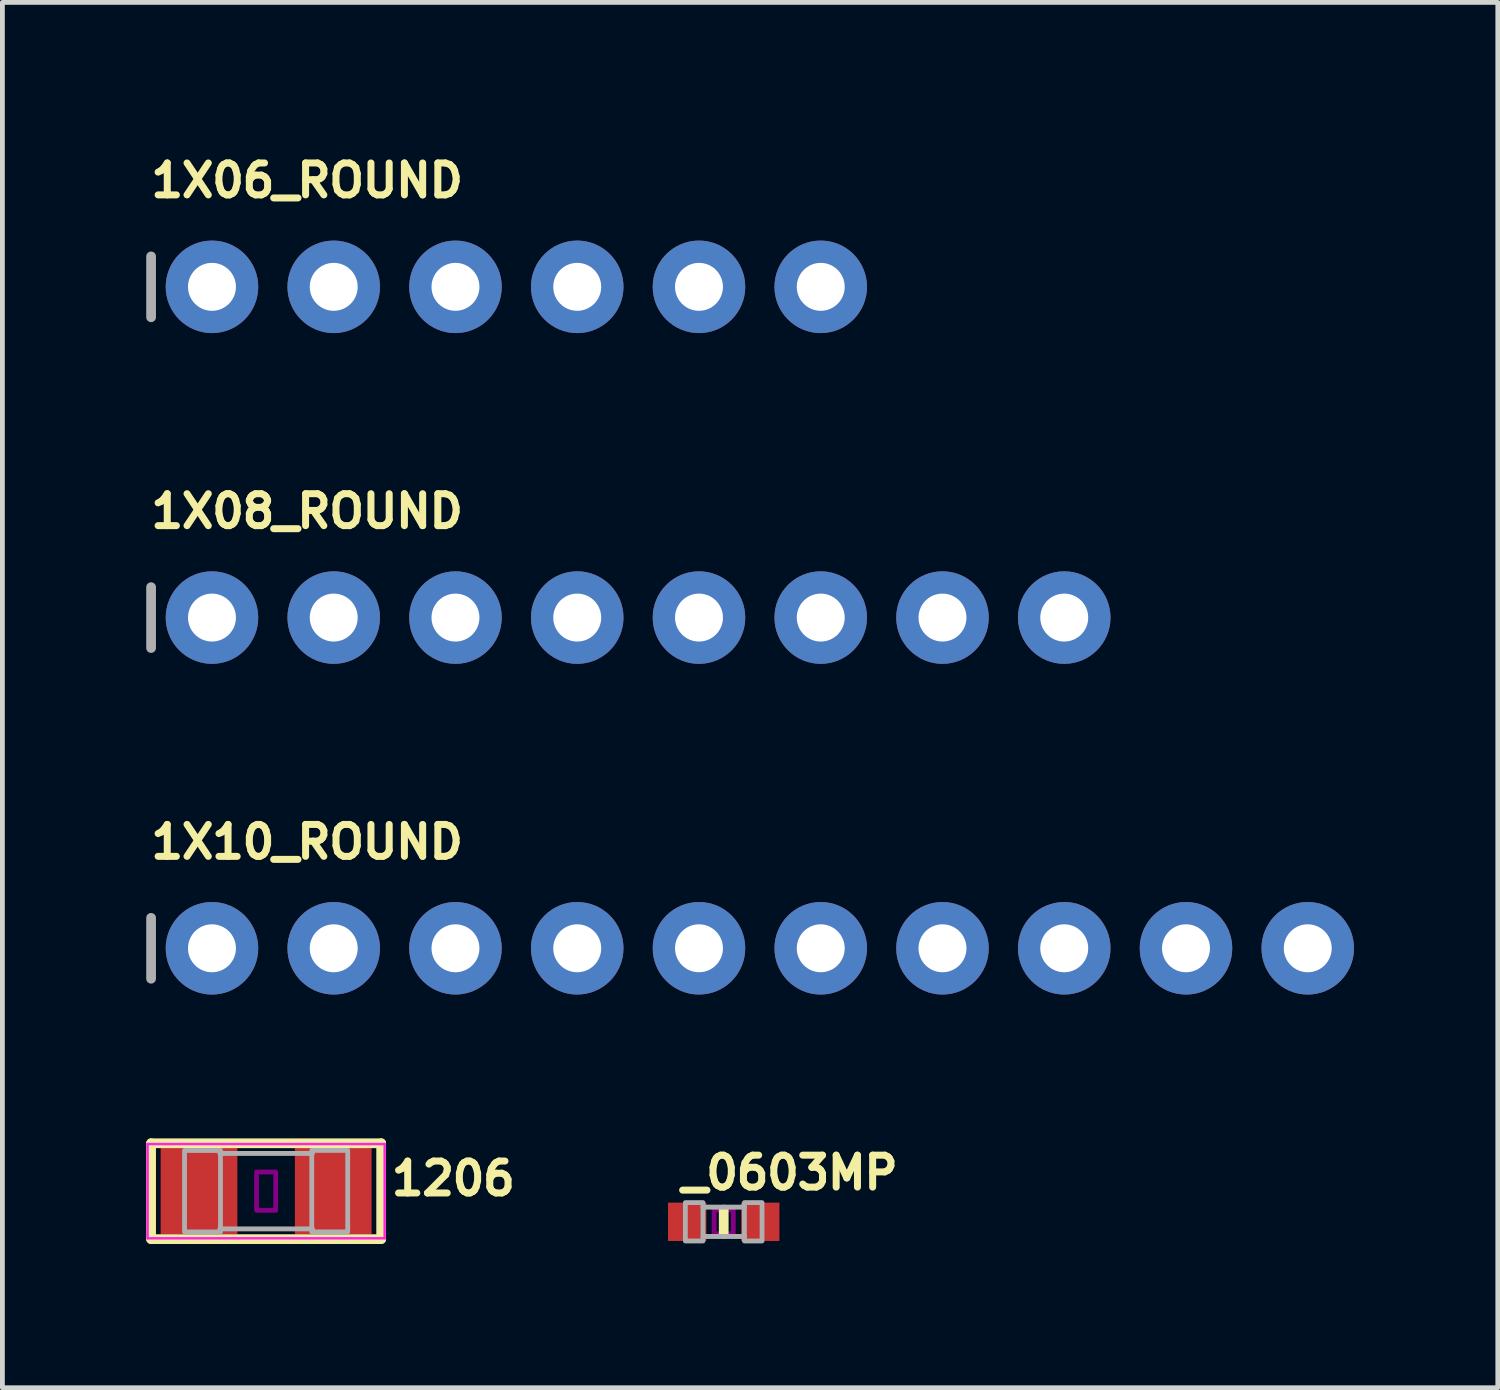
<source format=kicad_pcb>
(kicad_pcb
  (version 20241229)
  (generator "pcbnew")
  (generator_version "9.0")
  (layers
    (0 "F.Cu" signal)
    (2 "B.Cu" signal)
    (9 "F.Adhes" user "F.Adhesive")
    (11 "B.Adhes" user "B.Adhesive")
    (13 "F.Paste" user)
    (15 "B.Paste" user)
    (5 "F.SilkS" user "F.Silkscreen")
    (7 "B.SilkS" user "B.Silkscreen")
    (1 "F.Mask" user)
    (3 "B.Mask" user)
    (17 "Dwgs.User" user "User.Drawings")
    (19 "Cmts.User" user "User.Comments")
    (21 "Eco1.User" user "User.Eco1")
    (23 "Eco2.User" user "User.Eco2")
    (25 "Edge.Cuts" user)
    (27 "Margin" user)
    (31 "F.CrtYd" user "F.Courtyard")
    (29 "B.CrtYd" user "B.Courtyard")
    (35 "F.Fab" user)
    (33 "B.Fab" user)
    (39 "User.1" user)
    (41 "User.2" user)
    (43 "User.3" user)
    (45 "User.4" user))
  (footprint "1X06_ROUND"
    (layer "F.Cu")
    (at 7.722 2.934)
    (property "Reference" "1X06_ROUND" (at -7.696 -1.829 0) (layer "F.SilkS") (effects (font (size 0.666 0.666) (thickness 0.146)) (justify left bottom)))
    (fp_line (start -7.62 -0.635) (end -7.62 0.635) (stroke (width 0.203) (type solid)) (layer "F.Fab"))
    (fp_poly (pts (xy -6.604 0.254) (xy -6.096 0.254) (xy -6.096 -0.254) (xy -6.604 -0.254)) (stroke (width 0.1) (type solid)) (fill no) (layer "F.Fab"))
    (fp_poly (pts (xy -4.064 0.254) (xy -3.556 0.254) (xy -3.556 -0.254) (xy -4.064 -0.254)) (stroke (width 0.1) (type solid)) (fill no) (layer "F.Fab"))
    (fp_poly (pts (xy -1.524 0.254) (xy -1.016 0.254) (xy -1.016 -0.254) (xy -1.524 -0.254)) (stroke (width 0.1) (type solid)) (fill no) (layer "F.Fab"))
    (fp_poly (pts (xy 1.016 0.254) (xy 1.524 0.254) (xy 1.524 -0.254) (xy 1.016 -0.254)) (stroke (width 0.1) (type solid)) (fill no) (layer "F.Fab"))
    (fp_poly (pts (xy 3.556 0.254) (xy 4.064 0.254) (xy 4.064 -0.254) (xy 3.556 -0.254)) (stroke (width 0.1) (type solid)) (fill no) (layer "F.Fab"))
    (fp_poly (pts (xy 6.096 0.254) (xy 6.604 0.254) (xy 6.604 -0.254) (xy 6.096 -0.254)) (stroke (width 0.1) (type solid)) (fill no) (layer "F.Fab"))
    (pad "1" thru_hole circle (at -6.35 0 90) (size 1.93 1.93) (drill 1) (layers "*.Cu" "*.Mask"))
    (pad "2" thru_hole circle (at -3.81 0 90) (size 1.93 1.93) (drill 1) (layers "*.Cu" "*.Mask"))
    (pad "3" thru_hole circle (at -1.27 0 90) (size 1.93 1.93) (drill 1) (layers "*.Cu" "*.Mask"))
    (pad "4" thru_hole circle (at 1.27 0 90) (size 1.93 1.93) (drill 1) (layers "*.Cu" "*.Mask"))
    (pad "5" thru_hole circle (at 3.81 0 90) (size 1.93 1.93) (drill 1) (layers "*.Cu" "*.Mask"))
    (pad "6" thru_hole circle (at 6.35 0 90) (size 1.93 1.93) (drill 1) (layers "*.Cu" "*.Mask")))
  (footprint "1206"
    (layer "F.Cu")
    (at 2.502 21.8)
    (property "Reference" "1206" (at 2.54 0.127 0) (layer "F.SilkS") (effects (font (size 0.666 0.666) (thickness 0.146)) (justify left bottom)))
    (fp_line (start -2.4 -1) (end 2.4 -1) (stroke (width 0.203) (type solid)) (layer "F.SilkS"))
    (fp_line (start -2.4 1) (end -2.4 -1) (stroke (width 0.203) (type solid)) (layer "F.SilkS"))
    (fp_line (start 2.4 -1) (end 2.4 1) (stroke (width 0.203) (type solid)) (layer "F.SilkS"))
    (fp_line (start 2.4 1) (end -2.4 1) (stroke (width 0.203) (type solid)) (layer "F.SilkS"))
    (fp_poly (pts (xy -0.2 0.4) (xy 0.2 0.4) (xy 0.2 -0.4) (xy -0.2 -0.4)) (stroke (width 0.1) (type solid)) (fill no) (layer "F.Adhes"))
    (fp_line (start -2.473 -0.983) (end 2.473 -0.983) (stroke (width 0.051) (type solid)) (layer "F.CrtYd"))
    (fp_line (start -2.473 0.983) (end -2.473 -0.983) (stroke (width 0.051) (type solid)) (layer "F.CrtYd"))
    (fp_line (start 2.473 -0.983) (end 2.473 0.983) (stroke (width 0.051) (type solid)) (layer "F.CrtYd"))
    (fp_line (start 2.473 0.983) (end -2.473 0.983) (stroke (width 0.051) (type solid)) (layer "F.CrtYd"))
    (fp_line (start -0.965 -0.787) (end 0.965 -0.787) (stroke (width 0.102) (type solid)) (layer "F.Fab"))
    (fp_line (start -0.965 0.787) (end 0.965 0.787) (stroke (width 0.102) (type solid)) (layer "F.Fab"))
    (fp_poly (pts (xy -1.702 0.851) (xy -0.952 0.851) (xy -0.952 -0.849) (xy -1.702 -0.849)) (stroke (width 0.1) (type solid)) (fill no) (layer "F.Fab"))
    (fp_poly (pts (xy 0.952 0.849) (xy 1.702 0.849) (xy 1.702 -0.851) (xy 0.952 -0.851)) (stroke (width 0.1) (type solid)) (fill no) (layer "F.Fab"))
    (pad "1" smd rect (at -1.4 0) (size 1.6 1.8) (layers "F.Cu" "F.Mask" "F.Paste"))
    (pad "2" smd rect (at 1.4 0) (size 1.6 1.8) (layers "F.Cu" "F.Mask" "F.Paste")))
  (footprint "1X10_ROUND"
    (layer "F.Cu")
    (at 12.802 16.733)
    (property "Reference" "1X10_ROUND" (at -12.776 -1.829 0) (layer "F.SilkS") (effects (font (size 0.666 0.666) (thickness 0.146)) (justify left bottom)))
    (fp_line (start -12.7 -0.635) (end -12.7 0.635) (stroke (width 0.203) (type solid)) (layer "F.Fab"))
    (fp_poly (pts (xy -11.684 0.254) (xy -11.176 0.254) (xy -11.176 -0.254) (xy -11.684 -0.254)) (stroke (width 0.1) (type solid)) (fill no) (layer "F.Fab"))
    (fp_poly (pts (xy -9.144 0.254) (xy -8.636 0.254) (xy -8.636 -0.254) (xy -9.144 -0.254)) (stroke (width 0.1) (type solid)) (fill no) (layer "F.Fab"))
    (fp_poly (pts (xy -6.604 0.254) (xy -6.096 0.254) (xy -6.096 -0.254) (xy -6.604 -0.254)) (stroke (width 0.1) (type solid)) (fill no) (layer "F.Fab"))
    (fp_poly (pts (xy -4.064 0.254) (xy -3.556 0.254) (xy -3.556 -0.254) (xy -4.064 -0.254)) (stroke (width 0.1) (type solid)) (fill no) (layer "F.Fab"))
    (fp_poly (pts (xy -1.524 0.254) (xy -1.016 0.254) (xy -1.016 -0.254) (xy -1.524 -0.254)) (stroke (width 0.1) (type solid)) (fill no) (layer "F.Fab"))
    (fp_poly (pts (xy 1.016 0.254) (xy 1.524 0.254) (xy 1.524 -0.254) (xy 1.016 -0.254)) (stroke (width 0.1) (type solid)) (fill no) (layer "F.Fab"))
    (fp_poly (pts (xy 3.556 0.254) (xy 4.064 0.254) (xy 4.064 -0.254) (xy 3.556 -0.254)) (stroke (width 0.1) (type solid)) (fill no) (layer "F.Fab"))
    (fp_poly (pts (xy 6.096 0.254) (xy 6.604 0.254) (xy 6.604 -0.254) (xy 6.096 -0.254)) (stroke (width 0.1) (type solid)) (fill no) (layer "F.Fab"))
    (fp_poly (pts (xy 8.636 0.254) (xy 9.144 0.254) (xy 9.144 -0.254) (xy 8.636 -0.254)) (stroke (width 0.1) (type solid)) (fill no) (layer "F.Fab"))
    (fp_poly (pts (xy 11.176 0.254) (xy 11.684 0.254) (xy 11.684 -0.254) (xy 11.176 -0.254)) (stroke (width 0.1) (type solid)) (fill no) (layer "F.Fab"))
    (pad "1" thru_hole circle (at -11.43 0 90) (size 1.93 1.93) (drill 1) (layers "*.Cu" "*.Mask"))
    (pad "2" thru_hole circle (at -8.89 0 90) (size 1.93 1.93) (drill 1) (layers "*.Cu" "*.Mask"))
    (pad "3" thru_hole circle (at -6.35 0 90) (size 1.93 1.93) (drill 1) (layers "*.Cu" "*.Mask"))
    (pad "4" thru_hole circle (at -3.81 0 90) (size 1.93 1.93) (drill 1) (layers "*.Cu" "*.Mask"))
    (pad "5" thru_hole circle (at -1.27 0 90) (size 1.93 1.93) (drill 1) (layers "*.Cu" "*.Mask"))
    (pad "6" thru_hole circle (at 1.27 0 90) (size 1.93 1.93) (drill 1) (layers "*.Cu" "*.Mask"))
    (pad "7" thru_hole circle (at 3.81 0 90) (size 1.93 1.93) (drill 1) (layers "*.Cu" "*.Mask"))
    (pad "8" thru_hole circle (at 6.35 0 90) (size 1.93 1.93) (drill 1) (layers "*.Cu" "*.Mask"))
    (pad "9" thru_hole circle (at 8.89 0 90) (size 1.93 1.93) (drill 1) (layers "*.Cu" "*.Mask"))
    (pad "10" thru_hole circle (at 11.43 0 90) (size 1.93 1.93) (drill 1) (layers "*.Cu" "*.Mask")))
  (footprint "1X08_ROUND"
    (layer "F.Cu")
    (at 10.262 9.834)
    (property "Reference" "1X08_ROUND" (at -10.236 -1.829 0) (layer "F.SilkS") (effects (font (size 0.666 0.666) (thickness 0.146)) (justify left bottom)))
    (fp_line (start -10.16 -0.635) (end -10.16 0.635) (stroke (width 0.203) (type solid)) (layer "F.Fab"))
    (fp_poly (pts (xy -9.144 0.254) (xy -8.636 0.254) (xy -8.636 -0.254) (xy -9.144 -0.254)) (stroke (width 0.1) (type solid)) (fill no) (layer "F.Fab"))
    (fp_poly (pts (xy -6.604 0.254) (xy -6.096 0.254) (xy -6.096 -0.254) (xy -6.604 -0.254)) (stroke (width 0.1) (type solid)) (fill no) (layer "F.Fab"))
    (fp_poly (pts (xy -4.064 0.254) (xy -3.556 0.254) (xy -3.556 -0.254) (xy -4.064 -0.254)) (stroke (width 0.1) (type solid)) (fill no) (layer "F.Fab"))
    (fp_poly (pts (xy -1.524 0.254) (xy -1.016 0.254) (xy -1.016 -0.254) (xy -1.524 -0.254)) (stroke (width 0.1) (type solid)) (fill no) (layer "F.Fab"))
    (fp_poly (pts (xy 1.016 0.254) (xy 1.524 0.254) (xy 1.524 -0.254) (xy 1.016 -0.254)) (stroke (width 0.1) (type solid)) (fill no) (layer "F.Fab"))
    (fp_poly (pts (xy 3.556 0.254) (xy 4.064 0.254) (xy 4.064 -0.254) (xy 3.556 -0.254)) (stroke (width 0.1) (type solid)) (fill no) (layer "F.Fab"))
    (fp_poly (pts (xy 6.096 0.254) (xy 6.604 0.254) (xy 6.604 -0.254) (xy 6.096 -0.254)) (stroke (width 0.1) (type solid)) (fill no) (layer "F.Fab"))
    (fp_poly (pts (xy 8.636 0.254) (xy 9.144 0.254) (xy 9.144 -0.254) (xy 8.636 -0.254)) (stroke (width 0.1) (type solid)) (fill no) (layer "F.Fab"))
    (pad "1" thru_hole circle (at -8.89 0 90) (size 1.93 1.93) (drill 1) (layers "*.Cu" "*.Mask"))
    (pad "2" thru_hole circle (at -6.35 0 90) (size 1.93 1.93) (drill 1) (layers "*.Cu" "*.Mask"))
    (pad "3" thru_hole circle (at -3.81 0 90) (size 1.93 1.93) (drill 1) (layers "*.Cu" "*.Mask"))
    (pad "4" thru_hole circle (at -1.27 0 90) (size 1.93 1.93) (drill 1) (layers "*.Cu" "*.Mask"))
    (pad "5" thru_hole circle (at 1.27 0 90) (size 1.93 1.93) (drill 1) (layers "*.Cu" "*.Mask"))
    (pad "6" thru_hole circle (at 3.81 0 90) (size 1.93 1.93) (drill 1) (layers "*.Cu" "*.Mask"))
    (pad "7" thru_hole circle (at 6.35 0 90) (size 1.93 1.93) (drill 1) (layers "*.Cu" "*.Mask"))
    (pad "8" thru_hole circle (at 8.89 0 90) (size 1.93 1.93) (drill 1) (layers "*.Cu" "*.Mask")))
  (footprint "_0603MP"
    (layer "F.Cu")
    (at 12.048 22.439)
    (property "Reference" "_0603MP" (at -0.953 -0.635 0) (layer "F.SilkS") (effects (font (size 0.666 0.666) (thickness 0.146)) (justify left bottom)))
    (fp_line (start 0 -0.254) (end 0 0.254) (stroke (width 0.203) (type solid)) (layer "F.SilkS"))
    (fp_poly (pts (xy -0.2 0.25) (xy 0.2 0.25) (xy 0.2 -0.25) (xy -0.2 -0.25)) (stroke (width 0.1) (type solid)) (fill no) (layer "F.Adhes"))
    (fp_line (start -0.432 0.306) (end 0.432 0.306) (stroke (width 0.102) (type solid)) (layer "F.Fab"))
    (fp_line (start 0.432 -0.306) (end -0.432 -0.306) (stroke (width 0.102) (type solid)) (layer "F.Fab"))
    (fp_poly (pts (xy -0.8 0.4) (xy -0.432 0.4) (xy -0.432 -0.4) (xy -0.8 -0.4)) (stroke (width 0.1) (type solid)) (fill no) (layer "F.Fab"))
    (fp_poly (pts (xy 0.432 0.4) (xy 0.8 0.4) (xy 0.8 -0.4) (xy 0.432 -0.4)) (stroke (width 0.1) (type solid)) (fill no) (layer "F.Fab"))
    (pad "1" smd rect (at -0.762 0) (size 0.8 0.8) (layers "F.Cu" "F.Mask" "F.Paste"))
    (pad "2" smd rect (at 0.762 0) (size 0.8 0.8) (layers "F.Cu" "F.Mask" "F.Paste")))
  (gr_rect
    (start -3 -3)
    (end 28.197 25.901)
    (stroke (width 0.1) (type default))
    (fill no)
    (layer "Edge.Cuts")))
</source>
